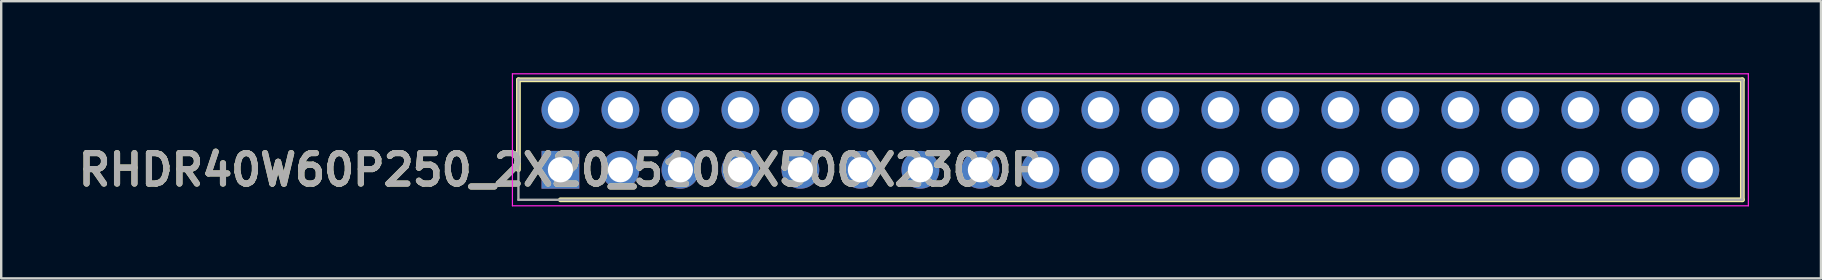
<source format=kicad_pcb>
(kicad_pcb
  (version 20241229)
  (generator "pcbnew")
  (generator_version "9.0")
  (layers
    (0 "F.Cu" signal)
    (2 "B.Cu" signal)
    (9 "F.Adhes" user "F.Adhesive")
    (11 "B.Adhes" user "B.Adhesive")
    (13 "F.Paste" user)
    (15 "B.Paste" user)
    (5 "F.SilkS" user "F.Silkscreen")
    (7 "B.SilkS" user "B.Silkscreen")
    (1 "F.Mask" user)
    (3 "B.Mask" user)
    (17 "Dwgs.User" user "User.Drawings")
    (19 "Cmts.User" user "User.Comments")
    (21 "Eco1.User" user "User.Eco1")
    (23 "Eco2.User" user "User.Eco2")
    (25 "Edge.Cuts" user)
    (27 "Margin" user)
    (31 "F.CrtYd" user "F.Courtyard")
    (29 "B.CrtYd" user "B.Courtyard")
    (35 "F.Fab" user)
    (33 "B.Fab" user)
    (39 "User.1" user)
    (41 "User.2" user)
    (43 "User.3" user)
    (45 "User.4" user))
  (footprint "RHDR40W60P250_2X20_5100X500X2300P"
    (layer "F.Cu")
    (at 20.302 4.025)
    (property "Reference" "RHDR40W60P250_2X20_5100X500X2300P" (at 0 0 0) (layer "F.SilkS") (effects (font (size 1.27 1.27) (thickness 0.254))))
    (attr through_hole)
    (fp_line (start -1.75 -3.75) (end -1.75 0) (stroke (width 0.2) (type solid)) (layer "F.SilkS"))
    (fp_line (start 0 1.25) (end 49.25 1.25) (stroke (width 0.2) (type solid)) (layer "F.SilkS"))
    (fp_line (start 49.25 -3.75) (end -1.75 -3.75) (stroke (width 0.2) (type solid)) (layer "F.SilkS"))
    (fp_line (start 49.25 1.25) (end 49.25 -3.75) (stroke (width 0.2) (type solid)) (layer "F.SilkS"))
    (fp_line (start -2 -4) (end 49.5 -4) (stroke (width 0.05) (type solid)) (layer "F.CrtYd"))
    (fp_line (start -2 1.5) (end -2 -4) (stroke (width 0.05) (type solid)) (layer "F.CrtYd"))
    (fp_line (start 49.5 -4) (end 49.5 1.5) (stroke (width 0.05) (type solid)) (layer "F.CrtYd"))
    (fp_line (start 49.5 1.5) (end -2 1.5) (stroke (width 0.05) (type solid)) (layer "F.CrtYd"))
    (fp_line (start -1.75 -3.75) (end 49.25 -3.75) (stroke (width 0.1) (type solid)) (layer "F.Fab"))
    (fp_line (start -1.75 1.25) (end -1.75 -3.75) (stroke (width 0.1) (type solid)) (layer "F.Fab"))
    (fp_line (start 49.25 -3.75) (end 49.25 1.25) (stroke (width 0.1) (type solid)) (layer "F.Fab"))
    (fp_line (start 49.25 1.25) (end -1.75 1.25) (stroke (width 0.1) (type solid)) (layer "F.Fab"))
    (fp_text user "${REFERENCE}" (at 0 0 0) (layer "F.Fab") (effects (font (size 1.27 1.27) (thickness 0.254))))
    (pad "1" thru_hole rect (at 0 0) (size 1.575 1.575) (drill 1.05) (layers "*.Cu" "*.Mask"))
    (pad "2" thru_hole circle (at 0 -2.5) (size 1.575 1.575) (drill 1.05) (layers "*.Cu" "*.Mask"))
    (pad "3" thru_hole circle (at 2.5 0) (size 1.575 1.575) (drill 1.05) (layers "*.Cu" "*.Mask"))
    (pad "4" thru_hole circle (at 2.5 -2.5) (size 1.575 1.575) (drill 1.05) (layers "*.Cu" "*.Mask"))
    (pad "5" thru_hole circle (at 5 0) (size 1.575 1.575) (drill 1.05) (layers "*.Cu" "*.Mask"))
    (pad "6" thru_hole circle (at 5 -2.5) (size 1.575 1.575) (drill 1.05) (layers "*.Cu" "*.Mask"))
    (pad "7" thru_hole circle (at 7.5 0) (size 1.575 1.575) (drill 1.05) (layers "*.Cu" "*.Mask"))
    (pad "8" thru_hole circle (at 7.5 -2.5) (size 1.575 1.575) (drill 1.05) (layers "*.Cu" "*.Mask"))
    (pad "9" thru_hole circle (at 10 0) (size 1.575 1.575) (drill 1.05) (layers "*.Cu" "*.Mask"))
    (pad "10" thru_hole circle (at 10 -2.5) (size 1.575 1.575) (drill 1.05) (layers "*.Cu" "*.Mask"))
    (pad "11" thru_hole circle (at 12.5 0) (size 1.575 1.575) (drill 1.05) (layers "*.Cu" "*.Mask"))
    (pad "12" thru_hole circle (at 12.5 -2.5) (size 1.575 1.575) (drill 1.05) (layers "*.Cu" "*.Mask"))
    (pad "13" thru_hole circle (at 15 0) (size 1.575 1.575) (drill 1.05) (layers "*.Cu" "*.Mask"))
    (pad "14" thru_hole circle (at 15 -2.5) (size 1.575 1.575) (drill 1.05) (layers "*.Cu" "*.Mask"))
    (pad "15" thru_hole circle (at 17.5 0) (size 1.575 1.575) (drill 1.05) (layers "*.Cu" "*.Mask"))
    (pad "16" thru_hole circle (at 17.5 -2.5) (size 1.575 1.575) (drill 1.05) (layers "*.Cu" "*.Mask"))
    (pad "17" thru_hole circle (at 20 0) (size 1.575 1.575) (drill 1.05) (layers "*.Cu" "*.Mask"))
    (pad "18" thru_hole circle (at 20 -2.5) (size 1.575 1.575) (drill 1.05) (layers "*.Cu" "*.Mask"))
    (pad "19" thru_hole circle (at 22.5 0) (size 1.575 1.575) (drill 1.05) (layers "*.Cu" "*.Mask"))
    (pad "20" thru_hole circle (at 22.5 -2.5) (size 1.575 1.575) (drill 1.05) (layers "*.Cu" "*.Mask"))
    (pad "21" thru_hole circle (at 25 0) (size 1.575 1.575) (drill 1.05) (layers "*.Cu" "*.Mask"))
    (pad "22" thru_hole circle (at 25 -2.5) (size 1.575 1.575) (drill 1.05) (layers "*.Cu" "*.Mask"))
    (pad "23" thru_hole circle (at 27.5 0) (size 1.575 1.575) (drill 1.05) (layers "*.Cu" "*.Mask"))
    (pad "24" thru_hole circle (at 27.5 -2.5) (size 1.575 1.575) (drill 1.05) (layers "*.Cu" "*.Mask"))
    (pad "25" thru_hole circle (at 30 0) (size 1.575 1.575) (drill 1.05) (layers "*.Cu" "*.Mask"))
    (pad "26" thru_hole circle (at 30 -2.5) (size 1.575 1.575) (drill 1.05) (layers "*.Cu" "*.Mask"))
    (pad "27" thru_hole circle (at 32.5 0) (size 1.575 1.575) (drill 1.05) (layers "*.Cu" "*.Mask"))
    (pad "28" thru_hole circle (at 32.5 -2.5) (size 1.575 1.575) (drill 1.05) (layers "*.Cu" "*.Mask"))
    (pad "29" thru_hole circle (at 35 0) (size 1.575 1.575) (drill 1.05) (layers "*.Cu" "*.Mask"))
    (pad "30" thru_hole circle (at 35 -2.5) (size 1.575 1.575) (drill 1.05) (layers "*.Cu" "*.Mask"))
    (pad "31" thru_hole circle (at 37.5 0) (size 1.575 1.575) (drill 1.05) (layers "*.Cu" "*.Mask"))
    (pad "32" thru_hole circle (at 37.5 -2.5) (size 1.575 1.575) (drill 1.05) (layers "*.Cu" "*.Mask"))
    (pad "33" thru_hole circle (at 40 0) (size 1.575 1.575) (drill 1.05) (layers "*.Cu" "*.Mask"))
    (pad "34" thru_hole circle (at 40 -2.5) (size 1.575 1.575) (drill 1.05) (layers "*.Cu" "*.Mask"))
    (pad "35" thru_hole circle (at 42.5 0) (size 1.575 1.575) (drill 1.05) (layers "*.Cu" "*.Mask"))
    (pad "36" thru_hole circle (at 42.5 -2.5) (size 1.575 1.575) (drill 1.05) (layers "*.Cu" "*.Mask"))
    (pad "37" thru_hole circle (at 45 0) (size 1.575 1.575) (drill 1.05) (layers "*.Cu" "*.Mask"))
    (pad "38" thru_hole circle (at 45 -2.5) (size 1.575 1.575) (drill 1.05) (layers "*.Cu" "*.Mask"))
    (pad "39" thru_hole circle (at 47.5 0) (size 1.575 1.575) (drill 1.05) (layers "*.Cu" "*.Mask"))
    (pad "40" thru_hole circle (at 47.5 -2.5) (size 1.575 1.575) (drill 1.05) (layers "*.Cu" "*.Mask")))
  (gr_rect
    (start -3 -3)
    (end 72.827 8.55)
    (stroke (width 0.1) (type default))
    (fill no)
    (layer "Edge.Cuts")))
</source>
